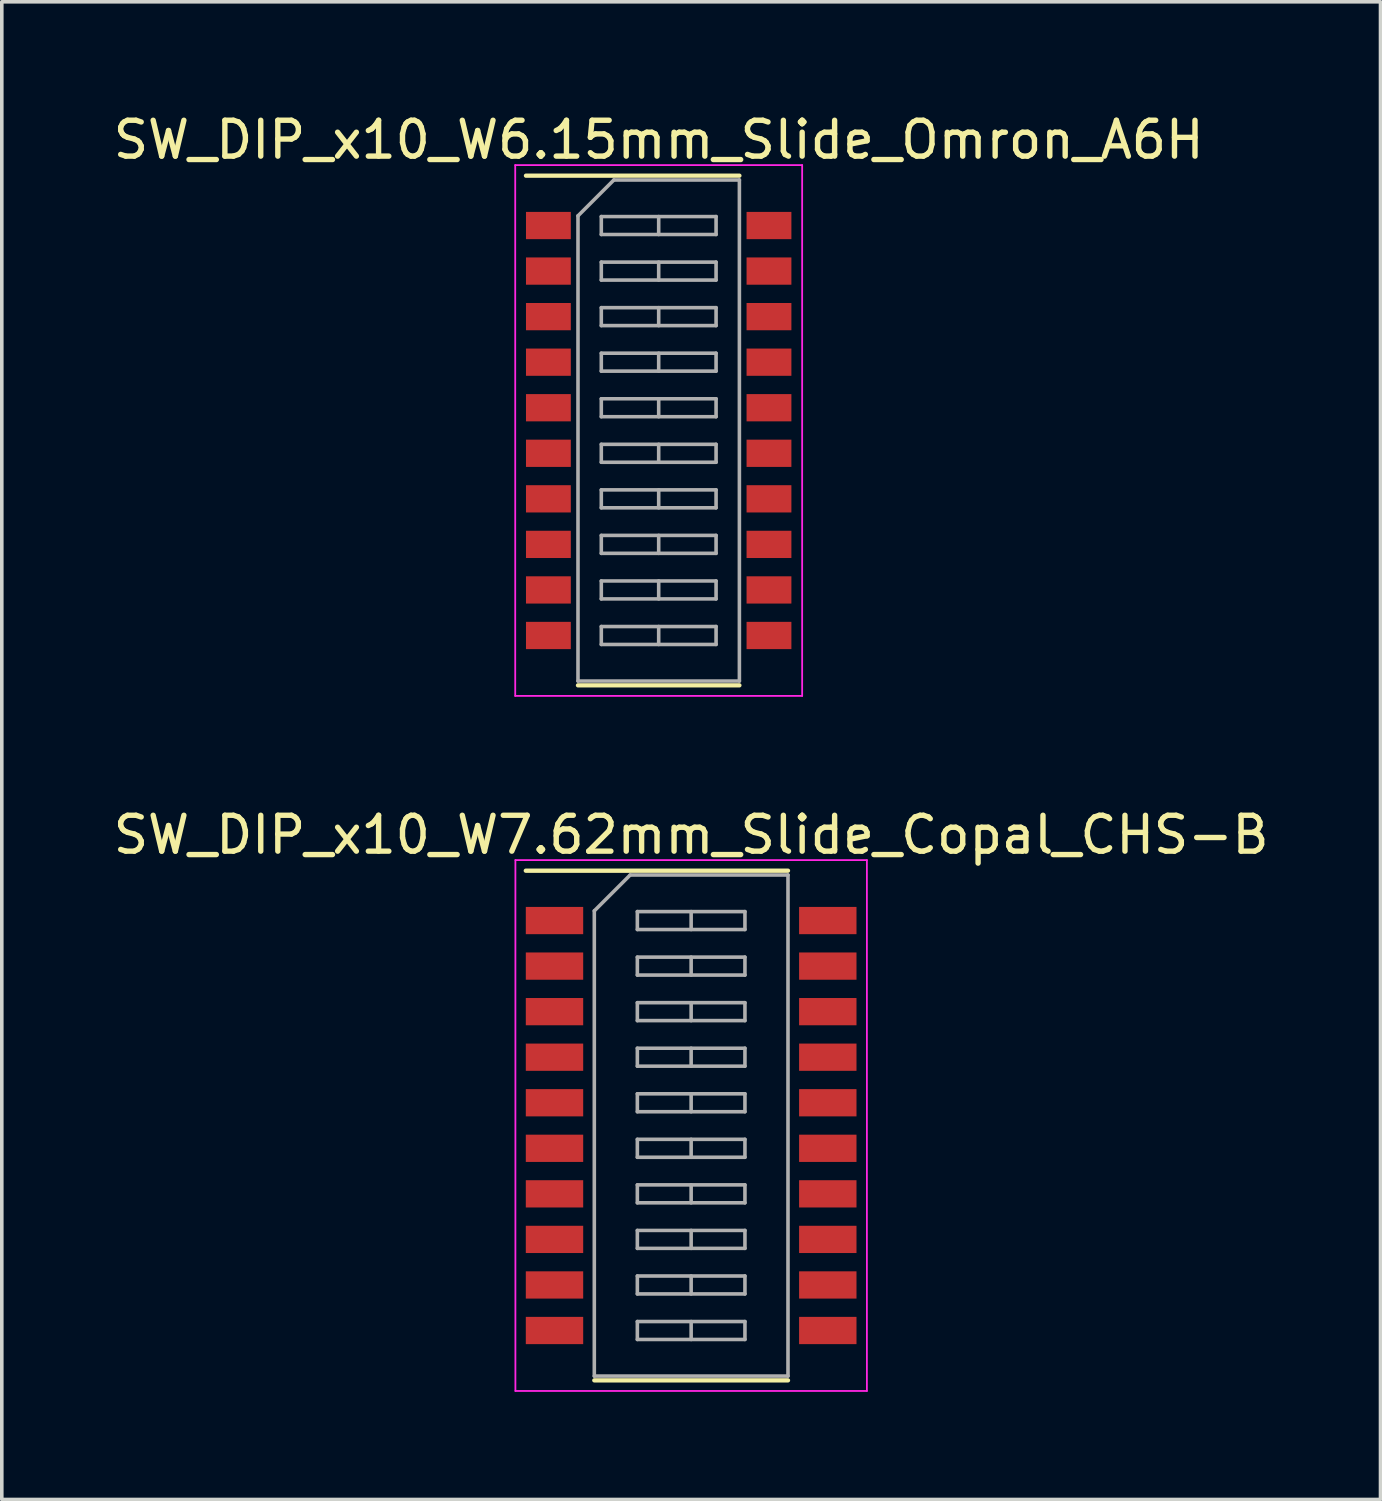
<source format=kicad_pcb>
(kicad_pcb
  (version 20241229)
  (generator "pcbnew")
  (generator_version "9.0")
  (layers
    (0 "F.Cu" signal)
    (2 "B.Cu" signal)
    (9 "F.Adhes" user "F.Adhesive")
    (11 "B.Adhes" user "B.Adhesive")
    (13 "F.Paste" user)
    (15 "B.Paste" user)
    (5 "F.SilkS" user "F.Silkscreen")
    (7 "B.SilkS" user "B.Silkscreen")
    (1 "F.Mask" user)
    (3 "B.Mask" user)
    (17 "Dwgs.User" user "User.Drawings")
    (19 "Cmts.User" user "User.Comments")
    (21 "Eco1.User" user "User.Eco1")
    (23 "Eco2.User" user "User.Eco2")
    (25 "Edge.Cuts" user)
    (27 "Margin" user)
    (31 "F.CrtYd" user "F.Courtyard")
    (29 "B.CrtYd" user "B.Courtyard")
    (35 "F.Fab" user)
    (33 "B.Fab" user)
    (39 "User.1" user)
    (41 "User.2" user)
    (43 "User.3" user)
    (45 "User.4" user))
  (footprint "SW_DIP_x10_W7.62mm_Slide_Copal_CHS-B"
    (layer "F.Cu")
    (at 16.22 28.331)
    (property "Reference" "SW_DIP_x10_W7.62mm_Slide_Copal_CHS-B" (at 0 -8.105 0) (layer "F.SilkS") (effects (font (size 1 1) (thickness 0.15))))
    (attr smd)
    (fp_line (start -4.61 -7.105) (end 2.7 -7.105) (stroke (width 0.12) (type solid)) (layer "F.SilkS"))
    (fp_line (start -2.7 7.105) (end 2.7 7.105) (stroke (width 0.12) (type solid)) (layer "F.SilkS"))
    (fp_line (start -4.9 -7.4) (end -4.9 7.4) (stroke (width 0.05) (type solid)) (layer "F.CrtYd"))
    (fp_line (start -4.9 7.4) (end 4.9 7.4) (stroke (width 0.05) (type solid)) (layer "F.CrtYd"))
    (fp_line (start 4.9 -7.4) (end -4.9 -7.4) (stroke (width 0.05) (type solid)) (layer "F.CrtYd"))
    (fp_line (start 4.9 7.4) (end 4.9 -7.4) (stroke (width 0.05) (type solid)) (layer "F.CrtYd"))
    (fp_line (start -2.7 -5.985) (end -1.7 -6.985) (stroke (width 0.1) (type solid)) (layer "F.Fab"))
    (fp_line (start -2.7 6.985) (end -2.7 -5.985) (stroke (width 0.1) (type solid)) (layer "F.Fab"))
    (fp_line (start -1.7 -6.985) (end 2.7 -6.985) (stroke (width 0.1) (type solid)) (layer "F.Fab"))
    (fp_line (start -1.5 -5.965) (end -1.5 -5.465) (stroke (width 0.1) (type solid)) (layer "F.Fab"))
    (fp_line (start -1.5 -5.465) (end 1.5 -5.465) (stroke (width 0.1) (type solid)) (layer "F.Fab"))
    (fp_line (start -1.5 -4.695) (end -1.5 -4.195) (stroke (width 0.1) (type solid)) (layer "F.Fab"))
    (fp_line (start -1.5 -4.195) (end 1.5 -4.195) (stroke (width 0.1) (type solid)) (layer "F.Fab"))
    (fp_line (start -1.5 -3.425) (end -1.5 -2.925) (stroke (width 0.1) (type solid)) (layer "F.Fab"))
    (fp_line (start -1.5 -2.925) (end 1.5 -2.925) (stroke (width 0.1) (type solid)) (layer "F.Fab"))
    (fp_line (start -1.5 -2.155) (end -1.5 -1.655) (stroke (width 0.1) (type solid)) (layer "F.Fab"))
    (fp_line (start -1.5 -1.655) (end 1.5 -1.655) (stroke (width 0.1) (type solid)) (layer "F.Fab"))
    (fp_line (start -1.5 -0.885) (end -1.5 -0.385) (stroke (width 0.1) (type solid)) (layer "F.Fab"))
    (fp_line (start -1.5 -0.385) (end 1.5 -0.385) (stroke (width 0.1) (type solid)) (layer "F.Fab"))
    (fp_line (start -1.5 0.385) (end -1.5 0.885) (stroke (width 0.1) (type solid)) (layer "F.Fab"))
    (fp_line (start -1.5 0.885) (end 1.5 0.885) (stroke (width 0.1) (type solid)) (layer "F.Fab"))
    (fp_line (start -1.5 1.655) (end -1.5 2.155) (stroke (width 0.1) (type solid)) (layer "F.Fab"))
    (fp_line (start -1.5 2.155) (end 1.5 2.155) (stroke (width 0.1) (type solid)) (layer "F.Fab"))
    (fp_line (start -1.5 2.925) (end -1.5 3.425) (stroke (width 0.1) (type solid)) (layer "F.Fab"))
    (fp_line (start -1.5 3.425) (end 1.5 3.425) (stroke (width 0.1) (type solid)) (layer "F.Fab"))
    (fp_line (start -1.5 4.195) (end -1.5 4.695) (stroke (width 0.1) (type solid)) (layer "F.Fab"))
    (fp_line (start -1.5 4.695) (end 1.5 4.695) (stroke (width 0.1) (type solid)) (layer "F.Fab"))
    (fp_line (start -1.5 5.465) (end -1.5 5.965) (stroke (width 0.1) (type solid)) (layer "F.Fab"))
    (fp_line (start -1.5 5.965) (end 1.5 5.965) (stroke (width 0.1) (type solid)) (layer "F.Fab"))
    (fp_line (start 0 -5.965) (end 0 -5.465) (stroke (width 0.1) (type solid)) (layer "F.Fab"))
    (fp_line (start 0 -4.695) (end 0 -4.195) (stroke (width 0.1) (type solid)) (layer "F.Fab"))
    (fp_line (start 0 -3.425) (end 0 -2.925) (stroke (width 0.1) (type solid)) (layer "F.Fab"))
    (fp_line (start 0 -2.155) (end 0 -1.655) (stroke (width 0.1) (type solid)) (layer "F.Fab"))
    (fp_line (start 0 -0.885) (end 0 -0.385) (stroke (width 0.1) (type solid)) (layer "F.Fab"))
    (fp_line (start 0 0.385) (end 0 0.885) (stroke (width 0.1) (type solid)) (layer "F.Fab"))
    (fp_line (start 0 1.655) (end 0 2.155) (stroke (width 0.1) (type solid)) (layer "F.Fab"))
    (fp_line (start 0 2.925) (end 0 3.425) (stroke (width 0.1) (type solid)) (layer "F.Fab"))
    (fp_line (start 0 4.195) (end 0 4.695) (stroke (width 0.1) (type solid)) (layer "F.Fab"))
    (fp_line (start 0 5.465) (end 0 5.965) (stroke (width 0.1) (type solid)) (layer "F.Fab"))
    (fp_line (start 1.5 -5.965) (end -1.5 -5.965) (stroke (width 0.1) (type solid)) (layer "F.Fab"))
    (fp_line (start 1.5 -5.465) (end 1.5 -5.965) (stroke (width 0.1) (type solid)) (layer "F.Fab"))
    (fp_line (start 1.5 -4.695) (end -1.5 -4.695) (stroke (width 0.1) (type solid)) (layer "F.Fab"))
    (fp_line (start 1.5 -4.195) (end 1.5 -4.695) (stroke (width 0.1) (type solid)) (layer "F.Fab"))
    (fp_line (start 1.5 -3.425) (end -1.5 -3.425) (stroke (width 0.1) (type solid)) (layer "F.Fab"))
    (fp_line (start 1.5 -2.925) (end 1.5 -3.425) (stroke (width 0.1) (type solid)) (layer "F.Fab"))
    (fp_line (start 1.5 -2.155) (end -1.5 -2.155) (stroke (width 0.1) (type solid)) (layer "F.Fab"))
    (fp_line (start 1.5 -1.655) (end 1.5 -2.155) (stroke (width 0.1) (type solid)) (layer "F.Fab"))
    (fp_line (start 1.5 -0.885) (end -1.5 -0.885) (stroke (width 0.1) (type solid)) (layer "F.Fab"))
    (fp_line (start 1.5 -0.385) (end 1.5 -0.885) (stroke (width 0.1) (type solid)) (layer "F.Fab"))
    (fp_line (start 1.5 0.385) (end -1.5 0.385) (stroke (width 0.1) (type solid)) (layer "F.Fab"))
    (fp_line (start 1.5 0.885) (end 1.5 0.385) (stroke (width 0.1) (type solid)) (layer "F.Fab"))
    (fp_line (start 1.5 1.655) (end -1.5 1.655) (stroke (width 0.1) (type solid)) (layer "F.Fab"))
    (fp_line (start 1.5 2.155) (end 1.5 1.655) (stroke (width 0.1) (type solid)) (layer "F.Fab"))
    (fp_line (start 1.5 2.925) (end -1.5 2.925) (stroke (width 0.1) (type solid)) (layer "F.Fab"))
    (fp_line (start 1.5 3.425) (end 1.5 2.925) (stroke (width 0.1) (type solid)) (layer "F.Fab"))
    (fp_line (start 1.5 4.195) (end -1.5 4.195) (stroke (width 0.1) (type solid)) (layer "F.Fab"))
    (fp_line (start 1.5 4.695) (end 1.5 4.195) (stroke (width 0.1) (type solid)) (layer "F.Fab"))
    (fp_line (start 1.5 5.465) (end -1.5 5.465) (stroke (width 0.1) (type solid)) (layer "F.Fab"))
    (fp_line (start 1.5 5.965) (end 1.5 5.465) (stroke (width 0.1) (type solid)) (layer "F.Fab"))
    (fp_line (start 2.7 -6.985) (end 2.7 6.985) (stroke (width 0.1) (type solid)) (layer "F.Fab"))
    (fp_line (start 2.7 6.985) (end -2.7 6.985) (stroke (width 0.1) (type solid)) (layer "F.Fab"))
    (pad "1" smd rect (at -3.81 -5.715) (size 1.6 0.76) (layers "F.Cu" "F.Mask"))
    (pad "2" smd rect (at -3.81 -4.445) (size 1.6 0.76) (layers "F.Cu" "F.Mask"))
    (pad "3" smd rect (at -3.81 -3.175) (size 1.6 0.76) (layers "F.Cu" "F.Mask"))
    (pad "4" smd rect (at -3.81 -1.905) (size 1.6 0.76) (layers "F.Cu" "F.Mask"))
    (pad "5" smd rect (at -3.81 -0.635) (size 1.6 0.76) (layers "F.Cu" "F.Mask"))
    (pad "6" smd rect (at -3.81 0.635) (size 1.6 0.76) (layers "F.Cu" "F.Mask"))
    (pad "7" smd rect (at -3.81 1.905) (size 1.6 0.76) (layers "F.Cu" "F.Mask"))
    (pad "8" smd rect (at -3.81 3.175) (size 1.6 0.76) (layers "F.Cu" "F.Mask"))
    (pad "9" smd rect (at -3.81 4.445) (size 1.6 0.76) (layers "F.Cu" "F.Mask"))
    (pad "10" smd rect (at -3.81 5.715) (size 1.6 0.76) (layers "F.Cu" "F.Mask"))
    (pad "11" smd rect (at 3.81 5.715) (size 1.6 0.76) (layers "F.Cu" "F.Mask"))
    (pad "12" smd rect (at 3.81 4.445) (size 1.6 0.76) (layers "F.Cu" "F.Mask"))
    (pad "13" smd rect (at 3.81 3.175) (size 1.6 0.76) (layers "F.Cu" "F.Mask"))
    (pad "14" smd rect (at 3.81 1.905) (size 1.6 0.76) (layers "F.Cu" "F.Mask"))
    (pad "15" smd rect (at 3.81 0.635) (size 1.6 0.76) (layers "F.Cu" "F.Mask"))
    (pad "16" smd rect (at 3.81 -0.635) (size 1.6 0.76) (layers "F.Cu" "F.Mask"))
    (pad "17" smd rect (at 3.81 -1.905) (size 1.6 0.76) (layers "F.Cu" "F.Mask"))
    (pad "18" smd rect (at 3.81 -3.175) (size 1.6 0.76) (layers "F.Cu" "F.Mask"))
    (pad "19" smd rect (at 3.81 -4.445) (size 1.6 0.76) (layers "F.Cu" "F.Mask"))
    (pad "20" smd rect (at 3.81 -5.715) (size 1.6 0.76) (layers "F.Cu" "F.Mask")))
  (footprint "SW_DIP_x10_W6.15mm_Slide_Omron_A6H"
    (layer "F.Cu")
    (at 15.315 8.953)
    (property "Reference" "SW_DIP_x10_W6.15mm_Slide_Omron_A6H" (at 0 -8.105 0) (layer "F.SilkS") (effects (font (size 1 1) (thickness 0.15))))
    (attr smd)
    (fp_line (start -3.7 -7.105) (end 2.25 -7.105) (stroke (width 0.12) (type solid)) (layer "F.SilkS"))
    (fp_line (start -2.25 7.105) (end 2.25 7.105) (stroke (width 0.12) (type solid)) (layer "F.SilkS"))
    (fp_line (start -4 -7.4) (end -4 7.4) (stroke (width 0.05) (type solid)) (layer "F.CrtYd"))
    (fp_line (start -4 7.4) (end 4 7.4) (stroke (width 0.05) (type solid)) (layer "F.CrtYd"))
    (fp_line (start 4 -7.4) (end -4 -7.4) (stroke (width 0.05) (type solid)) (layer "F.CrtYd"))
    (fp_line (start 4 7.4) (end 4 -7.4) (stroke (width 0.05) (type solid)) (layer "F.CrtYd"))
    (fp_line (start -2.25 -5.985) (end -1.25 -6.985) (stroke (width 0.1) (type solid)) (layer "F.Fab"))
    (fp_line (start -2.25 6.985) (end -2.25 -5.985) (stroke (width 0.1) (type solid)) (layer "F.Fab"))
    (fp_line (start -1.6 -5.965) (end -1.6 -5.465) (stroke (width 0.1) (type solid)) (layer "F.Fab"))
    (fp_line (start -1.6 -5.465) (end 1.6 -5.465) (stroke (width 0.1) (type solid)) (layer "F.Fab"))
    (fp_line (start -1.6 -4.695) (end -1.6 -4.195) (stroke (width 0.1) (type solid)) (layer "F.Fab"))
    (fp_line (start -1.6 -4.195) (end 1.6 -4.195) (stroke (width 0.1) (type solid)) (layer "F.Fab"))
    (fp_line (start -1.6 -3.425) (end -1.6 -2.925) (stroke (width 0.1) (type solid)) (layer "F.Fab"))
    (fp_line (start -1.6 -2.925) (end 1.6 -2.925) (stroke (width 0.1) (type solid)) (layer "F.Fab"))
    (fp_line (start -1.6 -2.155) (end -1.6 -1.655) (stroke (width 0.1) (type solid)) (layer "F.Fab"))
    (fp_line (start -1.6 -1.655) (end 1.6 -1.655) (stroke (width 0.1) (type solid)) (layer "F.Fab"))
    (fp_line (start -1.6 -0.885) (end -1.6 -0.385) (stroke (width 0.1) (type solid)) (layer "F.Fab"))
    (fp_line (start -1.6 -0.385) (end 1.6 -0.385) (stroke (width 0.1) (type solid)) (layer "F.Fab"))
    (fp_line (start -1.6 0.385) (end -1.6 0.885) (stroke (width 0.1) (type solid)) (layer "F.Fab"))
    (fp_line (start -1.6 0.885) (end 1.6 0.885) (stroke (width 0.1) (type solid)) (layer "F.Fab"))
    (fp_line (start -1.6 1.655) (end -1.6 2.155) (stroke (width 0.1) (type solid)) (layer "F.Fab"))
    (fp_line (start -1.6 2.155) (end 1.6 2.155) (stroke (width 0.1) (type solid)) (layer "F.Fab"))
    (fp_line (start -1.6 2.925) (end -1.6 3.425) (stroke (width 0.1) (type solid)) (layer "F.Fab"))
    (fp_line (start -1.6 3.425) (end 1.6 3.425) (stroke (width 0.1) (type solid)) (layer "F.Fab"))
    (fp_line (start -1.6 4.195) (end -1.6 4.695) (stroke (width 0.1) (type solid)) (layer "F.Fab"))
    (fp_line (start -1.6 4.695) (end 1.6 4.695) (stroke (width 0.1) (type solid)) (layer "F.Fab"))
    (fp_line (start -1.6 5.465) (end -1.6 5.965) (stroke (width 0.1) (type solid)) (layer "F.Fab"))
    (fp_line (start -1.6 5.965) (end 1.6 5.965) (stroke (width 0.1) (type solid)) (layer "F.Fab"))
    (fp_line (start -1.25 -6.985) (end 2.25 -6.985) (stroke (width 0.1) (type solid)) (layer "F.Fab"))
    (fp_line (start 0 -5.965) (end 0 -5.465) (stroke (width 0.1) (type solid)) (layer "F.Fab"))
    (fp_line (start 0 -4.695) (end 0 -4.195) (stroke (width 0.1) (type solid)) (layer "F.Fab"))
    (fp_line (start 0 -3.425) (end 0 -2.925) (stroke (width 0.1) (type solid)) (layer "F.Fab"))
    (fp_line (start 0 -2.155) (end 0 -1.655) (stroke (width 0.1) (type solid)) (layer "F.Fab"))
    (fp_line (start 0 -0.885) (end 0 -0.385) (stroke (width 0.1) (type solid)) (layer "F.Fab"))
    (fp_line (start 0 0.385) (end 0 0.885) (stroke (width 0.1) (type solid)) (layer "F.Fab"))
    (fp_line (start 0 1.655) (end 0 2.155) (stroke (width 0.1) (type solid)) (layer "F.Fab"))
    (fp_line (start 0 2.925) (end 0 3.425) (stroke (width 0.1) (type solid)) (layer "F.Fab"))
    (fp_line (start 0 4.195) (end 0 4.695) (stroke (width 0.1) (type solid)) (layer "F.Fab"))
    (fp_line (start 0 5.465) (end 0 5.965) (stroke (width 0.1) (type solid)) (layer "F.Fab"))
    (fp_line (start 1.6 -5.965) (end -1.6 -5.965) (stroke (width 0.1) (type solid)) (layer "F.Fab"))
    (fp_line (start 1.6 -5.465) (end 1.6 -5.965) (stroke (width 0.1) (type solid)) (layer "F.Fab"))
    (fp_line (start 1.6 -4.695) (end -1.6 -4.695) (stroke (width 0.1) (type solid)) (layer "F.Fab"))
    (fp_line (start 1.6 -4.195) (end 1.6 -4.695) (stroke (width 0.1) (type solid)) (layer "F.Fab"))
    (fp_line (start 1.6 -3.425) (end -1.6 -3.425) (stroke (width 0.1) (type solid)) (layer "F.Fab"))
    (fp_line (start 1.6 -2.925) (end 1.6 -3.425) (stroke (width 0.1) (type solid)) (layer "F.Fab"))
    (fp_line (start 1.6 -2.155) (end -1.6 -2.155) (stroke (width 0.1) (type solid)) (layer "F.Fab"))
    (fp_line (start 1.6 -1.655) (end 1.6 -2.155) (stroke (width 0.1) (type solid)) (layer "F.Fab"))
    (fp_line (start 1.6 -0.885) (end -1.6 -0.885) (stroke (width 0.1) (type solid)) (layer "F.Fab"))
    (fp_line (start 1.6 -0.385) (end 1.6 -0.885) (stroke (width 0.1) (type solid)) (layer "F.Fab"))
    (fp_line (start 1.6 0.385) (end -1.6 0.385) (stroke (width 0.1) (type solid)) (layer "F.Fab"))
    (fp_line (start 1.6 0.885) (end 1.6 0.385) (stroke (width 0.1) (type solid)) (layer "F.Fab"))
    (fp_line (start 1.6 1.655) (end -1.6 1.655) (stroke (width 0.1) (type solid)) (layer "F.Fab"))
    (fp_line (start 1.6 2.155) (end 1.6 1.655) (stroke (width 0.1) (type solid)) (layer "F.Fab"))
    (fp_line (start 1.6 2.925) (end -1.6 2.925) (stroke (width 0.1) (type solid)) (layer "F.Fab"))
    (fp_line (start 1.6 3.425) (end 1.6 2.925) (stroke (width 0.1) (type solid)) (layer "F.Fab"))
    (fp_line (start 1.6 4.195) (end -1.6 4.195) (stroke (width 0.1) (type solid)) (layer "F.Fab"))
    (fp_line (start 1.6 4.695) (end 1.6 4.195) (stroke (width 0.1) (type solid)) (layer "F.Fab"))
    (fp_line (start 1.6 5.465) (end -1.6 5.465) (stroke (width 0.1) (type solid)) (layer "F.Fab"))
    (fp_line (start 1.6 5.965) (end 1.6 5.465) (stroke (width 0.1) (type solid)) (layer "F.Fab"))
    (fp_line (start 2.25 -6.985) (end 2.25 6.985) (stroke (width 0.1) (type solid)) (layer "F.Fab"))
    (fp_line (start 2.25 6.985) (end -2.25 6.985) (stroke (width 0.1) (type solid)) (layer "F.Fab"))
    (pad "1" smd rect (at -3.075 -5.715) (size 1.25 0.76) (layers "F.Cu" "F.Mask"))
    (pad "2" smd rect (at -3.075 -4.445) (size 1.25 0.76) (layers "F.Cu" "F.Mask"))
    (pad "3" smd rect (at -3.075 -3.175) (size 1.25 0.76) (layers "F.Cu" "F.Mask"))
    (pad "4" smd rect (at -3.075 -1.905) (size 1.25 0.76) (layers "F.Cu" "F.Mask"))
    (pad "5" smd rect (at -3.075 -0.635) (size 1.25 0.76) (layers "F.Cu" "F.Mask"))
    (pad "6" smd rect (at -3.075 0.635) (size 1.25 0.76) (layers "F.Cu" "F.Mask"))
    (pad "7" smd rect (at -3.075 1.905) (size 1.25 0.76) (layers "F.Cu" "F.Mask"))
    (pad "8" smd rect (at -3.075 3.175) (size 1.25 0.76) (layers "F.Cu" "F.Mask"))
    (pad "9" smd rect (at -3.075 4.445) (size 1.25 0.76) (layers "F.Cu" "F.Mask"))
    (pad "10" smd rect (at -3.075 5.715) (size 1.25 0.76) (layers "F.Cu" "F.Mask"))
    (pad "11" smd rect (at 3.075 5.715) (size 1.25 0.76) (layers "F.Cu" "F.Mask"))
    (pad "12" smd rect (at 3.075 4.445) (size 1.25 0.76) (layers "F.Cu" "F.Mask"))
    (pad "13" smd rect (at 3.075 3.175) (size 1.25 0.76) (layers "F.Cu" "F.Mask"))
    (pad "14" smd rect (at 3.075 1.905) (size 1.25 0.76) (layers "F.Cu" "F.Mask"))
    (pad "15" smd rect (at 3.075 0.635) (size 1.25 0.76) (layers "F.Cu" "F.Mask"))
    (pad "16" smd rect (at 3.075 -0.635) (size 1.25 0.76) (layers "F.Cu" "F.Mask"))
    (pad "17" smd rect (at 3.075 -1.905) (size 1.25 0.76) (layers "F.Cu" "F.Mask"))
    (pad "18" smd rect (at 3.075 -3.175) (size 1.25 0.76) (layers "F.Cu" "F.Mask"))
    (pad "19" smd rect (at 3.075 -4.445) (size 1.25 0.76) (layers "F.Cu" "F.Mask"))
    (pad "20" smd rect (at 3.075 -5.715) (size 1.25 0.76) (layers "F.Cu" "F.Mask")))
  (gr_rect
    (start -3 -3)
    (end 35.44 38.757)
    (stroke (width 0.1) (type default))
    (fill no)
    (layer "Edge.Cuts")))
</source>
